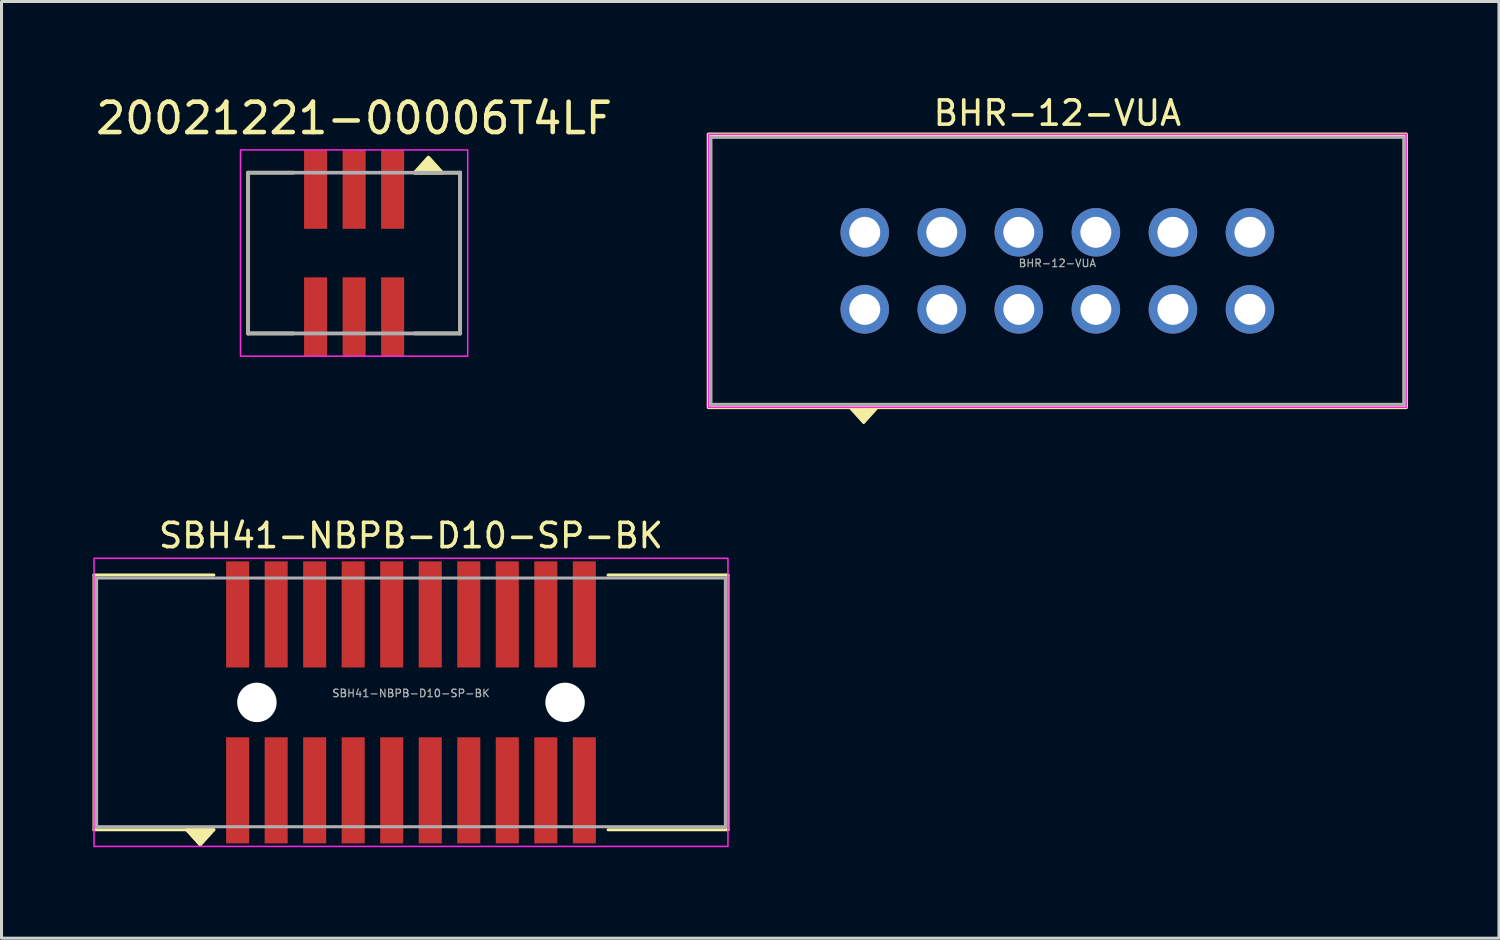
<source format=kicad_pcb>
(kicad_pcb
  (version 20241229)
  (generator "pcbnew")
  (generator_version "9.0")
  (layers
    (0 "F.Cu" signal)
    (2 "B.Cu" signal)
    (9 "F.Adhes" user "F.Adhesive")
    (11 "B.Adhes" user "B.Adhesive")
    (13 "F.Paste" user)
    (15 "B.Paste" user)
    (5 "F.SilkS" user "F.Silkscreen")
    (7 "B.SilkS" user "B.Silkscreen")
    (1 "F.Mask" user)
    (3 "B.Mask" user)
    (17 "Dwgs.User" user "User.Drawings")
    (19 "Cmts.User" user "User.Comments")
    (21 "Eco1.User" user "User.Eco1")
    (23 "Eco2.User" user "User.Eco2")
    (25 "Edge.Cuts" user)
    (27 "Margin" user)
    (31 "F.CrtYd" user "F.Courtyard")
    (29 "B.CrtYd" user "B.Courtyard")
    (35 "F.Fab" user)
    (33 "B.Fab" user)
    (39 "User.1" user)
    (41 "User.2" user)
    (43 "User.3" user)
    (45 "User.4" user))
  (footprint "20021221-00006T4LF"
    (layer "F.Cu")
    (at 8.625 5.293)
    (property "Reference" "20021221-00006T4LF" (at 0 -4.445 0) (layer "F.SilkS") (effects (font (size 1 1) (thickness 0.15))))
    (attr smd)
    (fp_line (start -3.495 -2.65) (end -3.495 2.65) (stroke (width 0.12) (type solid)) (layer "F.SilkS"))
    (fp_line (start -3.495 2.65) (end -2 2.65) (stroke (width 0.12) (type solid)) (layer "F.SilkS"))
    (fp_line (start -2 -2.65) (end -3.495 -2.65) (stroke (width 0.12) (type solid)) (layer "F.SilkS"))
    (fp_line (start 2 2.65) (end 3.495 2.65) (stroke (width 0.12) (type solid)) (layer "F.SilkS"))
    (fp_line (start 3.495 -2.65) (end 2 -2.65) (stroke (width 0.12) (type solid)) (layer "F.SilkS"))
    (fp_line (start 3.495 2.65) (end 3.495 -2.65) (stroke (width 0.12) (type solid)) (layer "F.SilkS"))
    (fp_poly (pts (xy 2 -2.65) (xy 2.45 -3.15) (xy 2.9 -2.65)) (stroke (width 0.12) (type solid)) (fill yes) (layer "F.SilkS"))
    (fp_rect (start -3.745 -3.4) (end 3.745 3.4) (stroke (width 0.05) (type default)) (fill no) (layer "F.CrtYd"))
    (fp_line (start -3.495 -2.65) (end -3.495 2.65) (stroke (width 0.127) (type solid)) (layer "F.Fab"))
    (fp_line (start -3.495 2.65) (end 3.495 2.65) (stroke (width 0.127) (type solid)) (layer "F.Fab"))
    (fp_line (start 3.495 -2.65) (end -3.495 -2.65) (stroke (width 0.12) (type solid)) (layer "F.Fab"))
    (fp_line (start 3.495 2.65) (end 3.495 -2.65) (stroke (width 0.127) (type solid)) (layer "F.Fab"))
    (pad "1" smd rect (at 1.27 -2.1) (size 0.76 2.6) (layers "F.Cu" "F.Mask" "F.Paste"))
    (pad "2" smd rect (at 1.27 2.1) (size 0.76 2.6) (layers "F.Cu" "F.Mask" "F.Paste"))
    (pad "3" smd rect (at 0 -2.1) (size 0.76 2.6) (layers "F.Cu" "F.Mask" "F.Paste"))
    (pad "4" smd rect (at 0 2.1) (size 0.76 2.6) (layers "F.Cu" "F.Mask" "F.Paste"))
    (pad "5" smd rect (at -1.27 -2.1) (size 0.76 2.6) (layers "F.Cu" "F.Mask" "F.Paste"))
    (pad "6" smd rect (at -1.27 2.1) (size 0.76 2.6) (layers "F.Cu" "F.Mask" "F.Paste")))
  (footprint "SBH41-NBPB-D10-SP-BK"
    (layer "F.Cu")
    (at 10.5 20.107)
    (property "Reference" "SBH41-NBPB-D10-SP-BK" (at 0 -5.5 0) (unlocked yes) (layer "F.SilkS") (effects (font (size 0.8 0.8) (thickness 0.12))))
    (attr smd)
    (fp_line (start -10.45 -4.2) (end -10.45 4.2) (stroke (width 0.1) (type default)) (layer "F.SilkS"))
    (fp_line (start -10.45 4.2) (end -6.5 4.2) (stroke (width 0.1) (type default)) (layer "F.SilkS"))
    (fp_line (start -6.5 -4.2) (end -10.45 -4.2) (stroke (width 0.1) (type default)) (layer "F.SilkS"))
    (fp_line (start 6.5 -4.2) (end 10.45 -4.2) (stroke (width 0.1) (type default)) (layer "F.SilkS"))
    (fp_line (start 10.45 -4.2) (end 10.45 4.2) (stroke (width 0.1) (type default)) (layer "F.SilkS"))
    (fp_line (start 10.45 4.2) (end 6.5 4.2) (stroke (width 0.1) (type default)) (layer "F.SilkS"))
    (fp_poly (pts (xy -6.5 4.2) (xy -6.95 4.7) (xy -7.4 4.2)) (stroke (width 0.1) (type solid)) (fill yes) (layer "F.SilkS"))
    (fp_rect (start -10.45 -4.75) (end 10.45 4.75) (stroke (width 0.05) (type default)) (fill no) (layer "F.CrtYd"))
    (fp_rect (start -10.365 -4.1) (end 10.365 4.1) (stroke (width 0.1) (type default)) (fill no) (layer "F.Fab"))
    (fp_text user "${REFERENCE}" (at 0 -0.3 0) (unlocked yes) (layer "F.Fab") (effects (font (size 0.25 0.25) (thickness 0.04))))
    (pad "" np_thru_hole circle (at -5.08 0) (size 1.3 1.3) (drill 1.3) (layers "*.Cu" "*.Mask"))
    (pad "" np_thru_hole circle (at 5.08 0) (size 1.3 1.3) (drill 1.3) (layers "*.Cu" "*.Mask"))
    (pad "1" smd rect (at -5.715 2.9) (size 0.76 3.5) (layers "F.Cu" "F.Mask" "F.Paste"))
    (pad "2" smd rect (at -5.715 -2.9) (size 0.76 3.5) (layers "F.Cu" "F.Mask" "F.Paste"))
    (pad "3" smd rect (at -4.445 2.9) (size 0.76 3.5) (layers "F.Cu" "F.Mask" "F.Paste"))
    (pad "4" smd rect (at -4.445 -2.9) (size 0.76 3.5) (layers "F.Cu" "F.Mask" "F.Paste"))
    (pad "5" smd rect (at -3.175 2.9) (size 0.76 3.5) (layers "F.Cu" "F.Mask" "F.Paste"))
    (pad "6" smd rect (at -3.175 -2.9) (size 0.76 3.5) (layers "F.Cu" "F.Mask" "F.Paste"))
    (pad "7" smd rect (at -1.905 2.9) (size 0.76 3.5) (layers "F.Cu" "F.Mask" "F.Paste"))
    (pad "8" smd rect (at -1.905 -2.9) (size 0.76 3.5) (layers "F.Cu" "F.Mask" "F.Paste"))
    (pad "9" smd rect (at -0.635 2.9) (size 0.76 3.5) (layers "F.Cu" "F.Mask" "F.Paste"))
    (pad "10" smd rect (at -0.635 -2.9) (size 0.76 3.5) (layers "F.Cu" "F.Mask" "F.Paste"))
    (pad "11" smd rect (at 0.635 2.9) (size 0.76 3.5) (layers "F.Cu" "F.Mask" "F.Paste"))
    (pad "12" smd rect (at 0.635 -2.9) (size 0.76 3.5) (layers "F.Cu" "F.Mask" "F.Paste"))
    (pad "13" smd rect (at 1.905 2.9) (size 0.76 3.5) (layers "F.Cu" "F.Mask" "F.Paste"))
    (pad "14" smd rect (at 1.905 -2.9) (size 0.76 3.5) (layers "F.Cu" "F.Mask" "F.Paste"))
    (pad "15" smd rect (at 3.175 2.9) (size 0.76 3.5) (layers "F.Cu" "F.Mask" "F.Paste"))
    (pad "16" smd rect (at 3.175 -2.9) (size 0.76 3.5) (layers "F.Cu" "F.Mask" "F.Paste"))
    (pad "17" smd rect (at 4.445 2.9) (size 0.76 3.5) (layers "F.Cu" "F.Mask" "F.Paste"))
    (pad "18" smd rect (at 4.445 -2.9) (size 0.76 3.5) (layers "F.Cu" "F.Mask" "F.Paste"))
    (pad "19" smd rect (at 5.715 2.9) (size 0.76 3.5) (layers "F.Cu" "F.Mask" "F.Paste"))
    (pad "20" smd rect (at 5.715 -2.9) (size 0.76 3.5) (layers "F.Cu" "F.Mask" "F.Paste")))
  (footprint "BHR-12-VUA"
    (layer "F.Cu")
    (at 31.81 5.879)
    (property "Reference" "BHR-12-VUA" (at 0 -5.2 0) (unlocked yes) (layer "F.SilkS") (effects (font (size 0.8 0.8) (thickness 0.12))))
    (attr through_hole)
    (fp_rect (start -11.5 -4.5) (end 11.5 4.5) (stroke (width 0.12) (type default)) (fill no) (layer "F.SilkS"))
    (fp_poly (pts (xy -5.936 4.5) (xy -6.386 5) (xy -6.836 4.5)) (stroke (width 0.1) (type solid)) (fill yes) (layer "F.SilkS"))
    (fp_rect (start -11.5 -4.5) (end 11.5 4.5) (stroke (width 0.05) (type default)) (fill no) (layer "F.CrtYd"))
    (fp_rect (start -11.42 -4.4) (end 11.42 4.4) (stroke (width 0.1) (type default)) (fill no) (layer "F.Fab"))
    (fp_text user "${REFERENCE}" (at 0 -0.25 0) (unlocked yes) (layer "F.Fab") (effects (font (size 0.25 0.25) (thickness 0.04))))
    (pad "1" thru_hole circle (at -6.35 1.27) (size 1.6 1.6) (drill 1.02) (layers "*.Cu" "*.Mask"))
    (pad "2" thru_hole circle (at -6.35 -1.27) (size 1.6 1.6) (drill 1.02) (layers "*.Cu" "*.Mask"))
    (pad "3" thru_hole circle (at -3.81 1.27) (size 1.6 1.6) (drill 1.02) (layers "*.Cu" "*.Mask"))
    (pad "4" thru_hole circle (at -3.81 -1.27) (size 1.6 1.6) (drill 1.02) (layers "*.Cu" "*.Mask"))
    (pad "5" thru_hole circle (at -1.27 1.27) (size 1.6 1.6) (drill 1.02) (layers "*.Cu" "*.Mask"))
    (pad "6" thru_hole circle (at -1.27 -1.27) (size 1.6 1.6) (drill 1.02) (layers "*.Cu" "*.Mask"))
    (pad "7" thru_hole circle (at 1.27 1.27) (size 1.6 1.6) (drill 1.02) (layers "*.Cu" "*.Mask"))
    (pad "8" thru_hole circle (at 1.27 -1.27) (size 1.6 1.6) (drill 1.02) (layers "*.Cu" "*.Mask"))
    (pad "9" thru_hole circle (at 3.81 1.27) (size 1.6 1.6) (drill 1.02) (layers "*.Cu" "*.Mask"))
    (pad "10" thru_hole circle (at 3.81 -1.27) (size 1.6 1.6) (drill 1.02) (layers "*.Cu" "*.Mask"))
    (pad "11" thru_hole circle (at 6.35 1.27) (size 1.6 1.6) (drill 1.02) (layers "*.Cu" "*.Mask"))
    (pad "12" thru_hole circle (at 6.35 -1.27) (size 1.6 1.6) (drill 1.02) (layers "*.Cu" "*.Mask")))
  (gr_rect
    (start -3 -3)
    (end 46.37 27.882)
    (stroke (width 0.1) (type default))
    (fill no)
    (layer "Edge.Cuts")))
</source>
